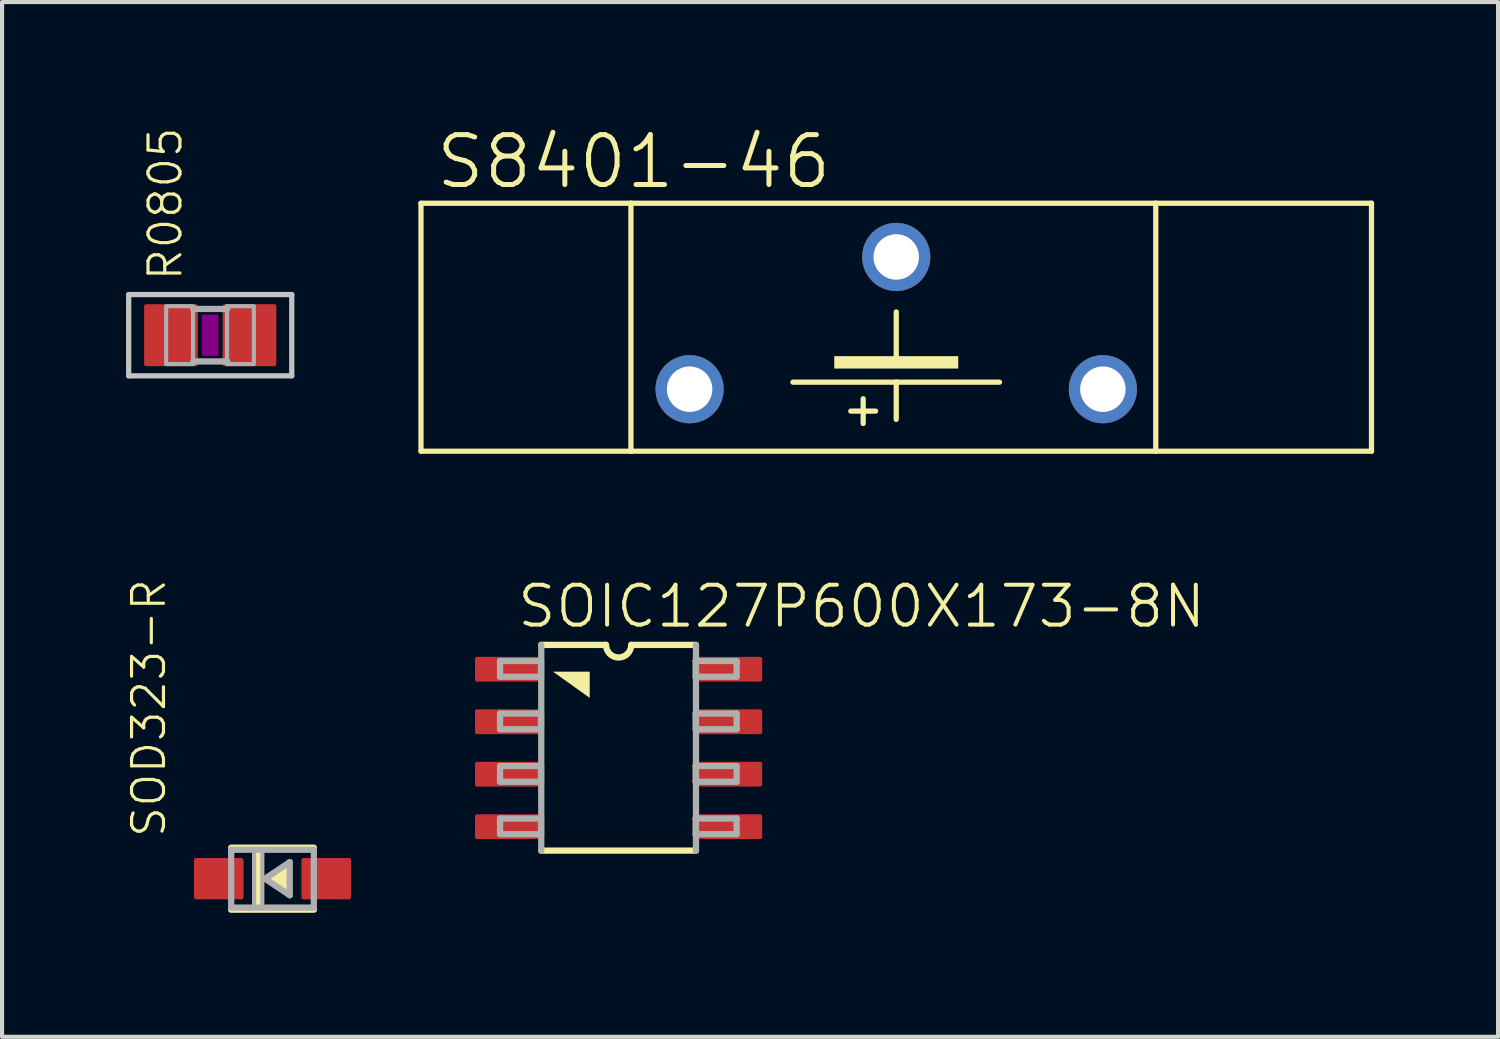
<source format=kicad_pcb>
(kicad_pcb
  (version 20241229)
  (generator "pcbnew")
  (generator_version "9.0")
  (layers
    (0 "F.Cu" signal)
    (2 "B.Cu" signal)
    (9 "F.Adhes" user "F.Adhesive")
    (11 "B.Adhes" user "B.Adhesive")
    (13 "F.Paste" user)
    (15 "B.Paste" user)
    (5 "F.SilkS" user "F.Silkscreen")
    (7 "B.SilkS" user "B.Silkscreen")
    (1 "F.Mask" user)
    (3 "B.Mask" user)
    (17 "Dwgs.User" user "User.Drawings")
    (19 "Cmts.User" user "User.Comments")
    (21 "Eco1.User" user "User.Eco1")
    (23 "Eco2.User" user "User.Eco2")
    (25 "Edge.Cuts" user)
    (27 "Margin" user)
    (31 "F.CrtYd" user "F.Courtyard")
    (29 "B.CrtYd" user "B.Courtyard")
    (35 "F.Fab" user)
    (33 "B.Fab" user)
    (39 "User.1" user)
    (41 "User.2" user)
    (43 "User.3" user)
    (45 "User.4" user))
  (footprint "SOD323-R"
    (layer "F.Cu")
    (at 3.544 18.212)
    (property "Reference" "SOD323-R" (at -2.54 -0.953 270) (layer "F.SilkS") (effects (font (size 0.772 0.772) (thickness 0.077)) (justify left bottom)))
    (attr through_hole)
    (fp_line (start -1 -0.75) (end 1 -0.75) (stroke (width 0.152) (type solid)) (layer "F.SilkS"))
    (fp_line (start 1 0.75) (end -1 0.75) (stroke (width 0.152) (type solid)) (layer "F.SilkS"))
    (fp_poly (pts (xy -0.191 0) (xy 0.381 -0.381) (xy 0.381 0.381)) (stroke (width 0) (type solid)) (fill yes) (layer "F.SilkS"))
    (fp_poly (pts (xy -0.446 0.7) (xy -0.246 0.7) (xy -0.246 -0.7) (xy -0.446 -0.7)) (stroke (width 0) (type solid)) (fill yes) (layer "F.SilkS"))
    (fp_line (start -1 -0.7) (end 1 -0.7) (stroke (width 0.152) (type solid)) (layer "F.Fab"))
    (fp_line (start -1 0.7) (end -1 -0.7) (stroke (width 0.152) (type solid)) (layer "F.Fab"))
    (fp_line (start -0.182 0) (end 0.417 -0.4) (stroke (width 0.152) (type solid)) (layer "F.Fab"))
    (fp_line (start 0.417 -0.4) (end 0.417 0.4) (stroke (width 0.152) (type solid)) (layer "F.Fab"))
    (fp_line (start 0.417 0.4) (end -0.182 0) (stroke (width 0.152) (type solid)) (layer "F.Fab"))
    (fp_line (start 1 -0.7) (end 1 0.7) (stroke (width 0.152) (type solid)) (layer "F.Fab"))
    (fp_line (start 1 0.7) (end -1 0.7) (stroke (width 0.152) (type solid)) (layer "F.Fab"))
    (fp_poly (pts (xy -0.446 0.7) (xy -0.246 0.7) (xy -0.246 -0.7) (xy -0.446 -0.7)) (stroke (width 0.1) (type solid)) (fill no) (layer "F.Fab"))
    (pad "A" smd roundrect (at 1.3 0) (size 1.2 1) (layers "F.Cu" "F.Mask" "F.Paste") (roundrect_rratio 0.051))
    (pad "C" smd roundrect (at -1.3 0) (size 1.2 1) (layers "F.Cu" "F.Mask" "F.Paste") (roundrect_rratio 0.051)))
  (footprint "R0805"
    (layer "F.Cu")
    (at 2.037 5.061)
    (property "Reference" "R0805" (at -0.635 -1.27 90) (layer "F.SilkS") (effects (font (size 0.772 0.772) (thickness 0.077)) (justify left bottom)))
    (attr through_hole)
    (fp_poly (pts (xy -0.2 0.5) (xy 0.2 0.5) (xy 0.2 -0.5) (xy -0.2 -0.5)) (stroke (width 0) (type solid)) (fill yes) (layer "F.Adhes"))
    (fp_line (start -1.973 -0.983) (end 1.973 -0.983) (stroke (width 0.127) (type solid)) (layer "Dwgs.User"))
    (fp_line (start -1.973 0.983) (end -1.973 -0.983) (stroke (width 0.127) (type solid)) (layer "Dwgs.User"))
    (fp_line (start 1.973 -0.983) (end 1.973 0.983) (stroke (width 0.127) (type solid)) (layer "Dwgs.User"))
    (fp_line (start 1.973 0.983) (end -1.973 0.983) (stroke (width 0.127) (type solid)) (layer "Dwgs.User"))
    (fp_line (start -0.41 -0.635) (end 0.41 -0.635) (stroke (width 0.152) (type solid)) (layer "F.Fab"))
    (fp_line (start -0.41 0.635) (end 0.41 0.635) (stroke (width 0.152) (type solid)) (layer "F.Fab"))
    (fp_poly (pts (xy -1.067 0.699) (xy -0.417 0.699) (xy -0.417 -0.702) (xy -1.067 -0.702)) (stroke (width 0.1) (type solid)) (fill no) (layer "F.Fab"))
    (fp_poly (pts (xy 0.406 0.699) (xy 1.056 0.699) (xy 1.056 -0.702) (xy 0.406 -0.702)) (stroke (width 0.1) (type solid)) (fill no) (layer "F.Fab"))
    (pad "1" smd roundrect (at -0.95 0) (size 1.3 1.5) (layers "F.Cu" "F.Mask" "F.Paste") (roundrect_rratio 0.039))
    (pad "2" smd roundrect (at 0.95 0) (size 1.3 1.5) (layers "F.Cu" "F.Mask" "F.Paste") (roundrect_rratio 0.039)))
  (footprint "SOIC127P600X173-8N"
    (layer "F.Cu")
    (at 11.919 15.044)
    (property "Reference" "SOIC127P600X173-8N" (at -2.502 -2.857 0) (layer "F.SilkS") (effects (font (size 0.965 0.965) (thickness 0.097)) (justify left bottom)))
    (attr through_hole)
    (fp_line (start -1.872 2.489) (end 1.872 2.489) (stroke (width 0.152) (type solid)) (layer "F.SilkS"))
    (fp_line (start -0.305 -2.489) (end -1.872 -2.489) (stroke (width 0.152) (type solid)) (layer "F.SilkS"))
    (fp_line (start 1.872 -2.489) (end 0.305 -2.489) (stroke (width 0.152) (type solid)) (layer "F.SilkS"))
    (fp_arc (start 0.3048 -2.4892) (mid 0 -2.1844) (end -0.3048 -2.4892) (stroke (width 0.1524) (type solid)) (layer "F.SilkS"))
    (fp_poly (pts (xy -1.587 -1.841) (xy -0.699 -1.841) (xy -0.699 -1.206)) (stroke (width 0) (type solid)) (fill yes) (layer "F.SilkS"))
    (fp_line (start -2.869 -2.099) (end -2.869 -1.718) (stroke (width 0.152) (type solid)) (layer "F.Fab"))
    (fp_line (start -2.869 -1.718) (end -1.878 -1.718) (stroke (width 0.152) (type solid)) (layer "F.Fab"))
    (fp_line (start -2.869 -0.829) (end -2.869 -0.448) (stroke (width 0.152) (type solid)) (layer "F.Fab"))
    (fp_line (start -2.869 -0.448) (end -1.878 -0.448) (stroke (width 0.152) (type solid)) (layer "F.Fab"))
    (fp_line (start -2.869 0.441) (end -2.869 0.822) (stroke (width 0.152) (type solid)) (layer "F.Fab"))
    (fp_line (start -2.869 0.822) (end -1.878 0.822) (stroke (width 0.152) (type solid)) (layer "F.Fab"))
    (fp_line (start -2.869 1.711) (end -2.869 2.092) (stroke (width 0.152) (type solid)) (layer "F.Fab"))
    (fp_line (start -2.869 2.092) (end -1.878 2.092) (stroke (width 0.152) (type solid)) (layer "F.Fab"))
    (fp_line (start -1.878 -2.099) (end -2.869 -2.099) (stroke (width 0.152) (type solid)) (layer "F.Fab"))
    (fp_line (start -1.878 -1.718) (end -1.878 -2.099) (stroke (width 0.152) (type solid)) (layer "F.Fab"))
    (fp_line (start -1.878 -0.829) (end -2.869 -0.829) (stroke (width 0.152) (type solid)) (layer "F.Fab"))
    (fp_line (start -1.878 -0.448) (end -1.878 -0.829) (stroke (width 0.152) (type solid)) (layer "F.Fab"))
    (fp_line (start -1.878 0.441) (end -2.869 0.441) (stroke (width 0.152) (type solid)) (layer "F.Fab"))
    (fp_line (start -1.878 0.822) (end -1.878 0.441) (stroke (width 0.152) (type solid)) (layer "F.Fab"))
    (fp_line (start -1.878 1.711) (end -2.869 1.711) (stroke (width 0.152) (type solid)) (layer "F.Fab"))
    (fp_line (start -1.878 2.092) (end -1.878 1.711) (stroke (width 0.152) (type solid)) (layer "F.Fab"))
    (fp_line (start -1.872 2.489) (end -1.872 -2.489) (stroke (width 0.152) (type solid)) (layer "F.Fab"))
    (fp_line (start 1.865 -2.099) (end 1.865 -1.718) (stroke (width 0.152) (type solid)) (layer "F.Fab"))
    (fp_line (start 1.865 -1.718) (end 2.856 -1.718) (stroke (width 0.152) (type solid)) (layer "F.Fab"))
    (fp_line (start 1.865 -0.829) (end 1.865 -0.448) (stroke (width 0.152) (type solid)) (layer "F.Fab"))
    (fp_line (start 1.865 -0.448) (end 2.856 -0.448) (stroke (width 0.152) (type solid)) (layer "F.Fab"))
    (fp_line (start 1.865 0.441) (end 1.865 0.822) (stroke (width 0.152) (type solid)) (layer "F.Fab"))
    (fp_line (start 1.865 0.822) (end 2.856 0.822) (stroke (width 0.152) (type solid)) (layer "F.Fab"))
    (fp_line (start 1.865 1.711) (end 1.865 2.092) (stroke (width 0.152) (type solid)) (layer "F.Fab"))
    (fp_line (start 1.865 2.092) (end 2.856 2.092) (stroke (width 0.152) (type solid)) (layer "F.Fab"))
    (fp_line (start 1.872 2.489) (end 1.872 -2.489) (stroke (width 0.152) (type solid)) (layer "F.Fab"))
    (fp_line (start 2.856 -2.099) (end 1.865 -2.099) (stroke (width 0.152) (type solid)) (layer "F.Fab"))
    (fp_line (start 2.856 -1.718) (end 2.856 -2.099) (stroke (width 0.152) (type solid)) (layer "F.Fab"))
    (fp_line (start 2.856 -0.829) (end 1.865 -0.829) (stroke (width 0.152) (type solid)) (layer "F.Fab"))
    (fp_line (start 2.856 -0.448) (end 2.856 -0.829) (stroke (width 0.152) (type solid)) (layer "F.Fab"))
    (fp_line (start 2.856 0.441) (end 1.865 0.441) (stroke (width 0.152) (type solid)) (layer "F.Fab"))
    (fp_line (start 2.856 0.822) (end 2.856 0.441) (stroke (width 0.152) (type solid)) (layer "F.Fab"))
    (fp_line (start 2.856 1.711) (end 1.865 1.711) (stroke (width 0.152) (type solid)) (layer "F.Fab"))
    (fp_line (start 2.856 2.092) (end 2.856 1.711) (stroke (width 0.152) (type solid)) (layer "F.Fab"))
    (pad "1" smd roundrect (at -2.7 -1.9) (size 1.55 0.6) (layers "F.Cu" "F.Mask" "F.Paste") (roundrect_rratio 0.085))
    (pad "2" smd roundrect (at -2.7 -0.63) (size 1.55 0.6) (layers "F.Cu" "F.Mask" "F.Paste") (roundrect_rratio 0.085))
    (pad "3" smd roundrect (at -2.7 0.64) (size 1.55 0.6) (layers "F.Cu" "F.Mask" "F.Paste") (roundrect_rratio 0.085))
    (pad "4" smd roundrect (at -2.7 1.91) (size 1.55 0.6) (layers "F.Cu" "F.Mask" "F.Paste") (roundrect_rratio 0.085))
    (pad "5" smd roundrect (at 2.7 1.91) (size 1.55 0.6) (layers "F.Cu" "F.Mask" "F.Paste") (roundrect_rratio 0.085))
    (pad "6" smd roundrect (at 2.7 0.64) (size 1.55 0.6) (layers "F.Cu" "F.Mask" "F.Paste") (roundrect_rratio 0.085))
    (pad "7" smd roundrect (at 2.7 -0.63) (size 1.55 0.6) (layers "F.Cu" "F.Mask" "F.Paste") (roundrect_rratio 0.085))
    (pad "8" smd roundrect (at 2.7 -1.9) (size 1.55 0.6) (layers "F.Cu" "F.Mask" "F.Paste") (roundrect_rratio 0.085)))
  (footprint "S8401-46"
    (layer "F.Cu")
    (at 18.637 6.368)
    (property "Reference" "S8401-46" (at -11.2 -4.8 180) (layer "F.SilkS") (effects (font (size 1.206 1.206) (thickness 0.121)) (justify left bottom)))
    (attr through_hole)
    (fp_line (start -11.5 -4.5) (end -11.5 1.5) (stroke (width 0.127) (type solid)) (layer "F.SilkS"))
    (fp_line (start -11.5 1.5) (end -6.42 1.5) (stroke (width 0.127) (type solid)) (layer "F.SilkS"))
    (fp_line (start -6.42 -4.5) (end -11.5 -4.5) (stroke (width 0.127) (type solid)) (layer "F.SilkS"))
    (fp_line (start -6.42 -4.5) (end -6.42 1.5) (stroke (width 0.127) (type solid)) (layer "F.SilkS"))
    (fp_line (start -6.42 1.5) (end 6.28 1.5) (stroke (width 0.127) (type solid)) (layer "F.SilkS"))
    (fp_line (start -0.8 0.83) (end -0.8 0.23) (stroke (width 0.127) (type solid)) (layer "F.SilkS"))
    (fp_line (start -0.5 0.53) (end -1.1 0.53) (stroke (width 0.127) (type solid)) (layer "F.SilkS"))
    (fp_line (start 0 -0.77) (end 0 -1.87) (stroke (width 0.127) (type solid)) (layer "F.SilkS"))
    (fp_line (start 0 -0.17) (end -2.5 -0.17) (stroke (width 0.127) (type solid)) (layer "F.SilkS"))
    (fp_line (start 0 -0.17) (end 2.5 -0.17) (stroke (width 0.127) (type solid)) (layer "F.SilkS"))
    (fp_line (start 0 0.73) (end 0 -0.17) (stroke (width 0.127) (type solid)) (layer "F.SilkS"))
    (fp_line (start 6.28 -4.5) (end -6.42 -4.5) (stroke (width 0.127) (type solid)) (layer "F.SilkS"))
    (fp_line (start 6.28 -4.5) (end 6.28 1.5) (stroke (width 0.127) (type solid)) (layer "F.SilkS"))
    (fp_line (start 6.28 1.5) (end 11.5 1.5) (stroke (width 0.127) (type solid)) (layer "F.SilkS"))
    (fp_line (start 11.5 -4.5) (end 6.28 -4.5) (stroke (width 0.127) (type solid)) (layer "F.SilkS"))
    (fp_line (start 11.5 1.5) (end 11.5 -4.5) (stroke (width 0.127) (type solid)) (layer "F.SilkS"))
    (fp_poly (pts (xy -1.5 -0.5) (xy 1.5 -0.5) (xy 1.5 -0.8) (xy -1.5 -0.8)) (stroke (width 0) (type solid)) (fill yes) (layer "F.SilkS"))
    (pad "1" thru_hole circle (at -5 0) (size 1.65 1.65) (drill 1.1) (layers "*.Cu" "*.Mask"))
    (pad "2" thru_hole circle (at 0 -3.2) (size 1.65 1.65) (drill 1.1) (layers "*.Cu" "*.Mask"))
    (pad "3" thru_hole circle (at 5 0) (size 1.65 1.65) (drill 1.1) (layers "*.Cu" "*.Mask")))
  (gr_rect
    (start -3 -3)
    (end 33.2 22.039)
    (stroke (width 0.1) (type default))
    (fill no)
    (layer "Edge.Cuts")))
</source>
